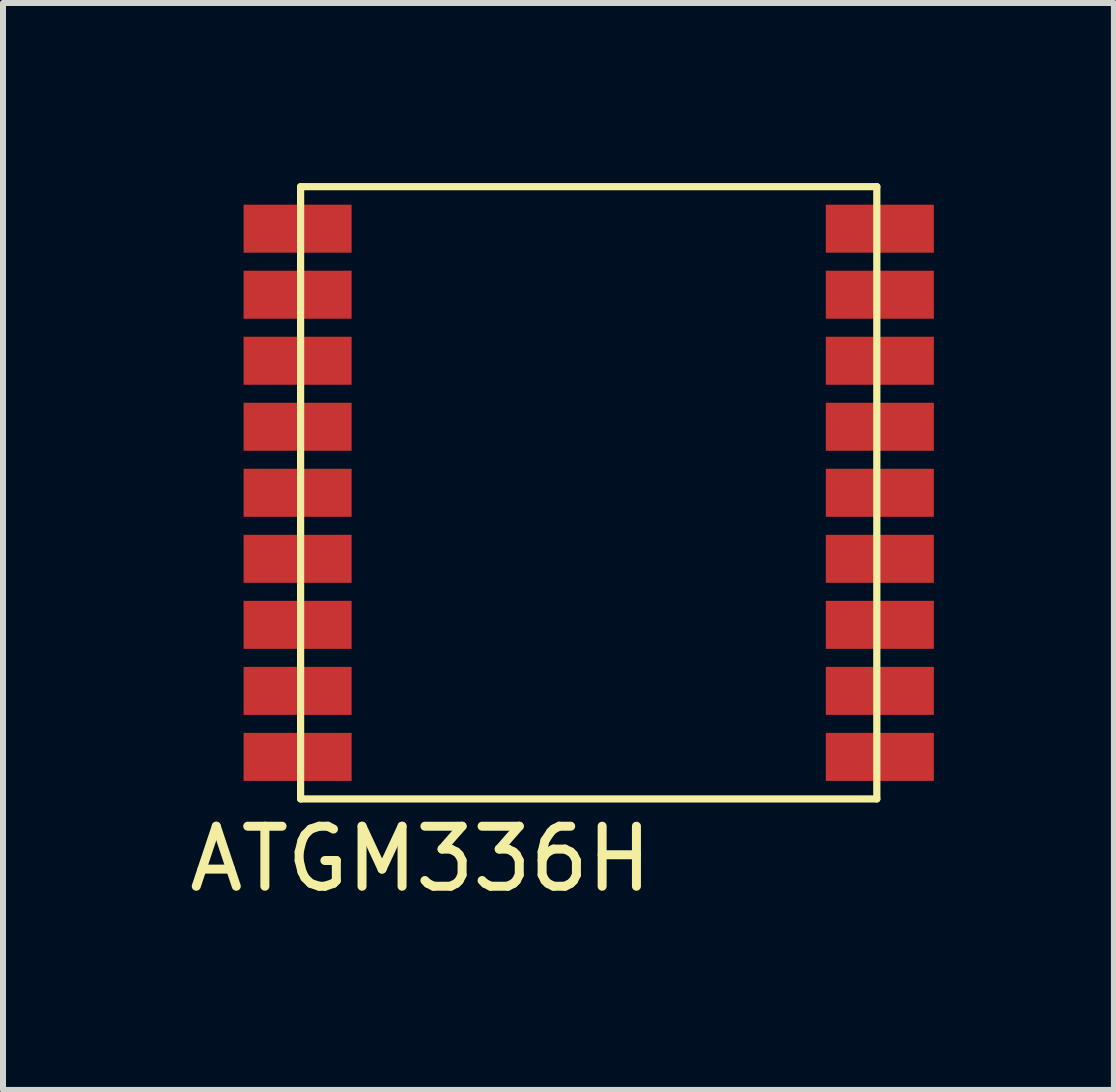
<source format=kicad_pcb>
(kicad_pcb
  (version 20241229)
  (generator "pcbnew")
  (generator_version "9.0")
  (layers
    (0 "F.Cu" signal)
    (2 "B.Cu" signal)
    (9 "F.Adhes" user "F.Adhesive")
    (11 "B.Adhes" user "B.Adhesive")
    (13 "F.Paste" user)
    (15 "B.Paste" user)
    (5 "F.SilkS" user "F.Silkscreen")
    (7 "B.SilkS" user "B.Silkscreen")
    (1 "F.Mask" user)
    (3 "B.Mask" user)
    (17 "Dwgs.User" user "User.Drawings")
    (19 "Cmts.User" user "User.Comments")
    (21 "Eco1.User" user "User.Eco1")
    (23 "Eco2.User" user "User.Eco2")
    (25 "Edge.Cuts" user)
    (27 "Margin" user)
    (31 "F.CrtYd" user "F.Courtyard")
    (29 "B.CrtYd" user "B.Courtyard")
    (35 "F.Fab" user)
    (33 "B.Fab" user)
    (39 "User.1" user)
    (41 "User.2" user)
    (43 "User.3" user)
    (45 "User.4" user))
  (footprint "ATGM336H"
    (layer "F.Cu")
    (at 6.758 1.86)
    (property "Reference" "ATGM336H" (at -2.8 9.4 0) (layer "F.SilkS") (effects (font (size 1 1) (thickness 0.15))))
    (attr through_hole)
    (fp_line (start -4.8 -1.8) (end 4.8 -1.8) (stroke (width 0.12) (type solid)) (layer "F.SilkS"))
    (fp_line (start -4.8 8.4) (end -4.8 -1.8) (stroke (width 0.12) (type solid)) (layer "F.SilkS"))
    (fp_line (start 4.8 -1.8) (end 4.8 8.4) (stroke (width 0.12) (type solid)) (layer "F.SilkS"))
    (fp_line (start 4.8 8.4) (end -4.8 8.4) (stroke (width 0.12) (type solid)) (layer "F.SilkS"))
    (pad "1" smd rect (at 4.85 7.7 180) (size 1.8 0.8) (layers "F.Cu" "F.Mask" "F.Paste"))
    (pad "2" smd rect (at 4.85 6.6 180) (size 1.8 0.8) (layers "F.Cu" "F.Mask" "F.Paste"))
    (pad "3" smd rect (at 4.85 5.5 180) (size 1.8 0.8) (layers "F.Cu" "F.Mask" "F.Paste"))
    (pad "4" smd rect (at 4.85 4.4 180) (size 1.8 0.8) (layers "F.Cu" "F.Mask" "F.Paste"))
    (pad "5" smd rect (at 4.85 3.3 180) (size 1.8 0.8) (layers "F.Cu" "F.Mask" "F.Paste"))
    (pad "6" smd rect (at 4.85 2.2 180) (size 1.8 0.8) (layers "F.Cu" "F.Mask" "F.Paste"))
    (pad "7" smd rect (at 4.85 1.1 180) (size 1.8 0.8) (layers "F.Cu" "F.Mask" "F.Paste"))
    (pad "8" smd rect (at 4.85 0 180) (size 1.8 0.8) (layers "F.Cu" "F.Mask" "F.Paste"))
    (pad "9" smd rect (at 4.85 -1.1 180) (size 1.8 0.8) (layers "F.Cu" "F.Mask" "F.Paste"))
    (pad "10" smd rect (at -4.85 -1.1 180) (size 1.8 0.8) (layers "F.Cu" "F.Mask" "F.Paste"))
    (pad "11" smd rect (at -4.85 0 180) (size 1.8 0.8) (layers "F.Cu" "F.Mask" "F.Paste"))
    (pad "12" smd rect (at -4.85 1.1 180) (size 1.8 0.8) (layers "F.Cu" "F.Mask" "F.Paste"))
    (pad "13" smd rect (at -4.85 2.2 180) (size 1.8 0.8) (layers "F.Cu" "F.Mask" "F.Paste"))
    (pad "14" smd rect (at -4.85 3.3 180) (size 1.8 0.8) (layers "F.Cu" "F.Mask" "F.Paste"))
    (pad "15" smd rect (at -4.85 4.4 180) (size 1.8 0.8) (layers "F.Cu" "F.Mask" "F.Paste"))
    (pad "16" smd rect (at -4.85 5.5 180) (size 1.8 0.8) (layers "F.Cu" "F.Mask" "F.Paste"))
    (pad "17" smd rect (at -4.85 6.6 180) (size 1.8 0.8) (layers "F.Cu" "F.Mask" "F.Paste"))
    (pad "18" smd rect (at -4.85 7.7 180) (size 1.8 0.8) (layers "F.Cu" "F.Mask" "F.Paste")))
  (gr_rect
    (start -3 -3)
    (end 15.508 15.108)
    (stroke (width 0.1) (type default))
    (fill no)
    (layer "Edge.Cuts")))
</source>
